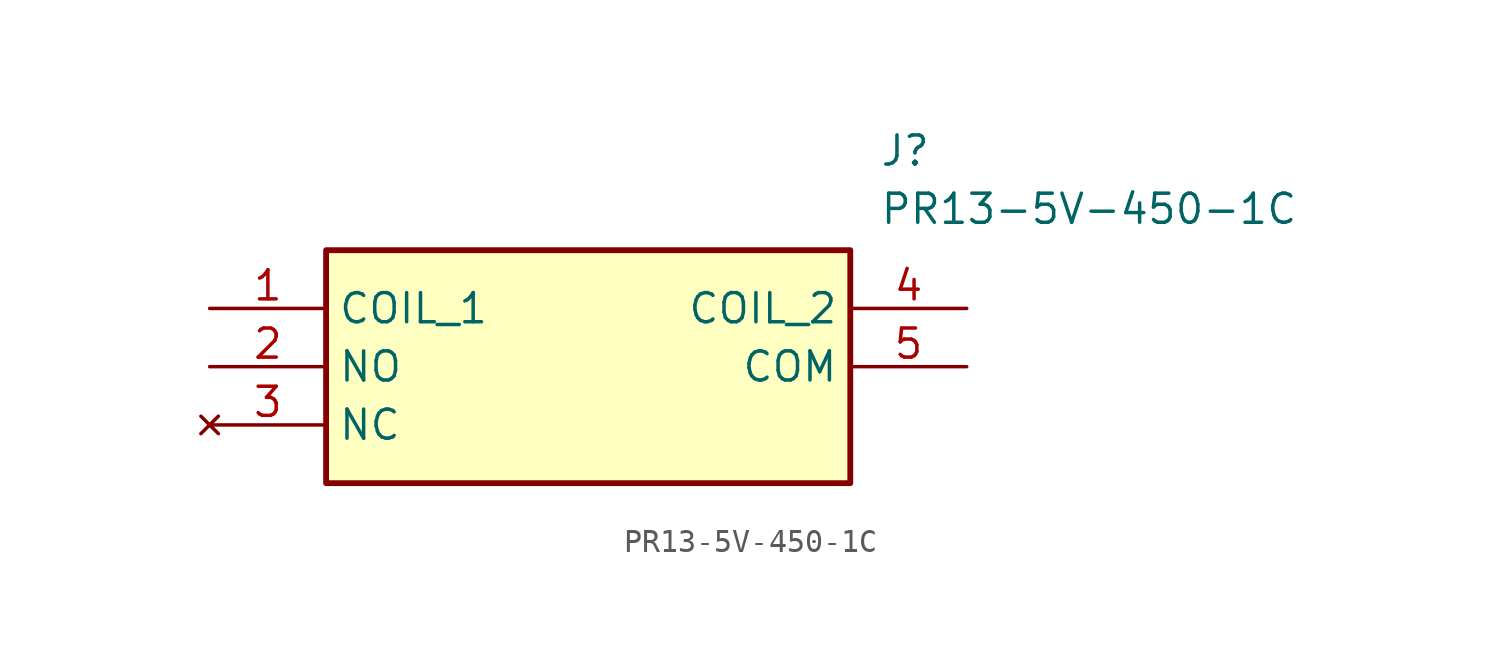
<source format=kicad_sym>
(kicad_symbol_lib
  (version 20211014)
  (generator SamacSys_ECAD_Model)
  (symbol "PR13-5V-450-1C"
    (property "Reference" "J"
      (at 29.21 7.62 0)
      (effects (font (size 1.27 1.27)) (justify left top)))
    (property "Value" "PR13-5V-450-1C"
      (at 29.21 5.08 0)
      (effects (font (size 1.27 1.27)) (justify left top)))
    (rectangle
      (start 5.08 2.54)
      (end 27.94 -7.62)
      (stroke (width 0.254) (type default))
      (fill (type background)))
    (pin passive line
      (at 0 0 0)
      (length 5.08)
      (name "COIL_1" (effects (font (size 1.27 1.27))))
      (number "1" (effects (font (size 1.27 1.27)))))
    (pin passive line
      (at 0 -2.54 0)
      (length 5.08)
      (name "NO" (effects (font (size 1.27 1.27))))
      (number "2" (effects (font (size 1.27 1.27)))))
    (pin no_connect line
      (at 0 -5.08 0)
      (length 5.08)
      (name "NC" (effects (font (size 1.27 1.27))))
      (number "3" (effects (font (size 1.27 1.27)))))
    (pin passive line
      (at 33.02 0 180)
      (length 5.08)
      (name "COIL_2" (effects (font (size 1.27 1.27))))
      (number "4" (effects (font (size 1.27 1.27)))))
    (pin passive line
      (at 33.02 -2.54 180)
      (length 5.08)
      (name "COM" (effects (font (size 1.27 1.27))))
      (number "5" (effects (font (size 1.27 1.27)))))))
</source>
